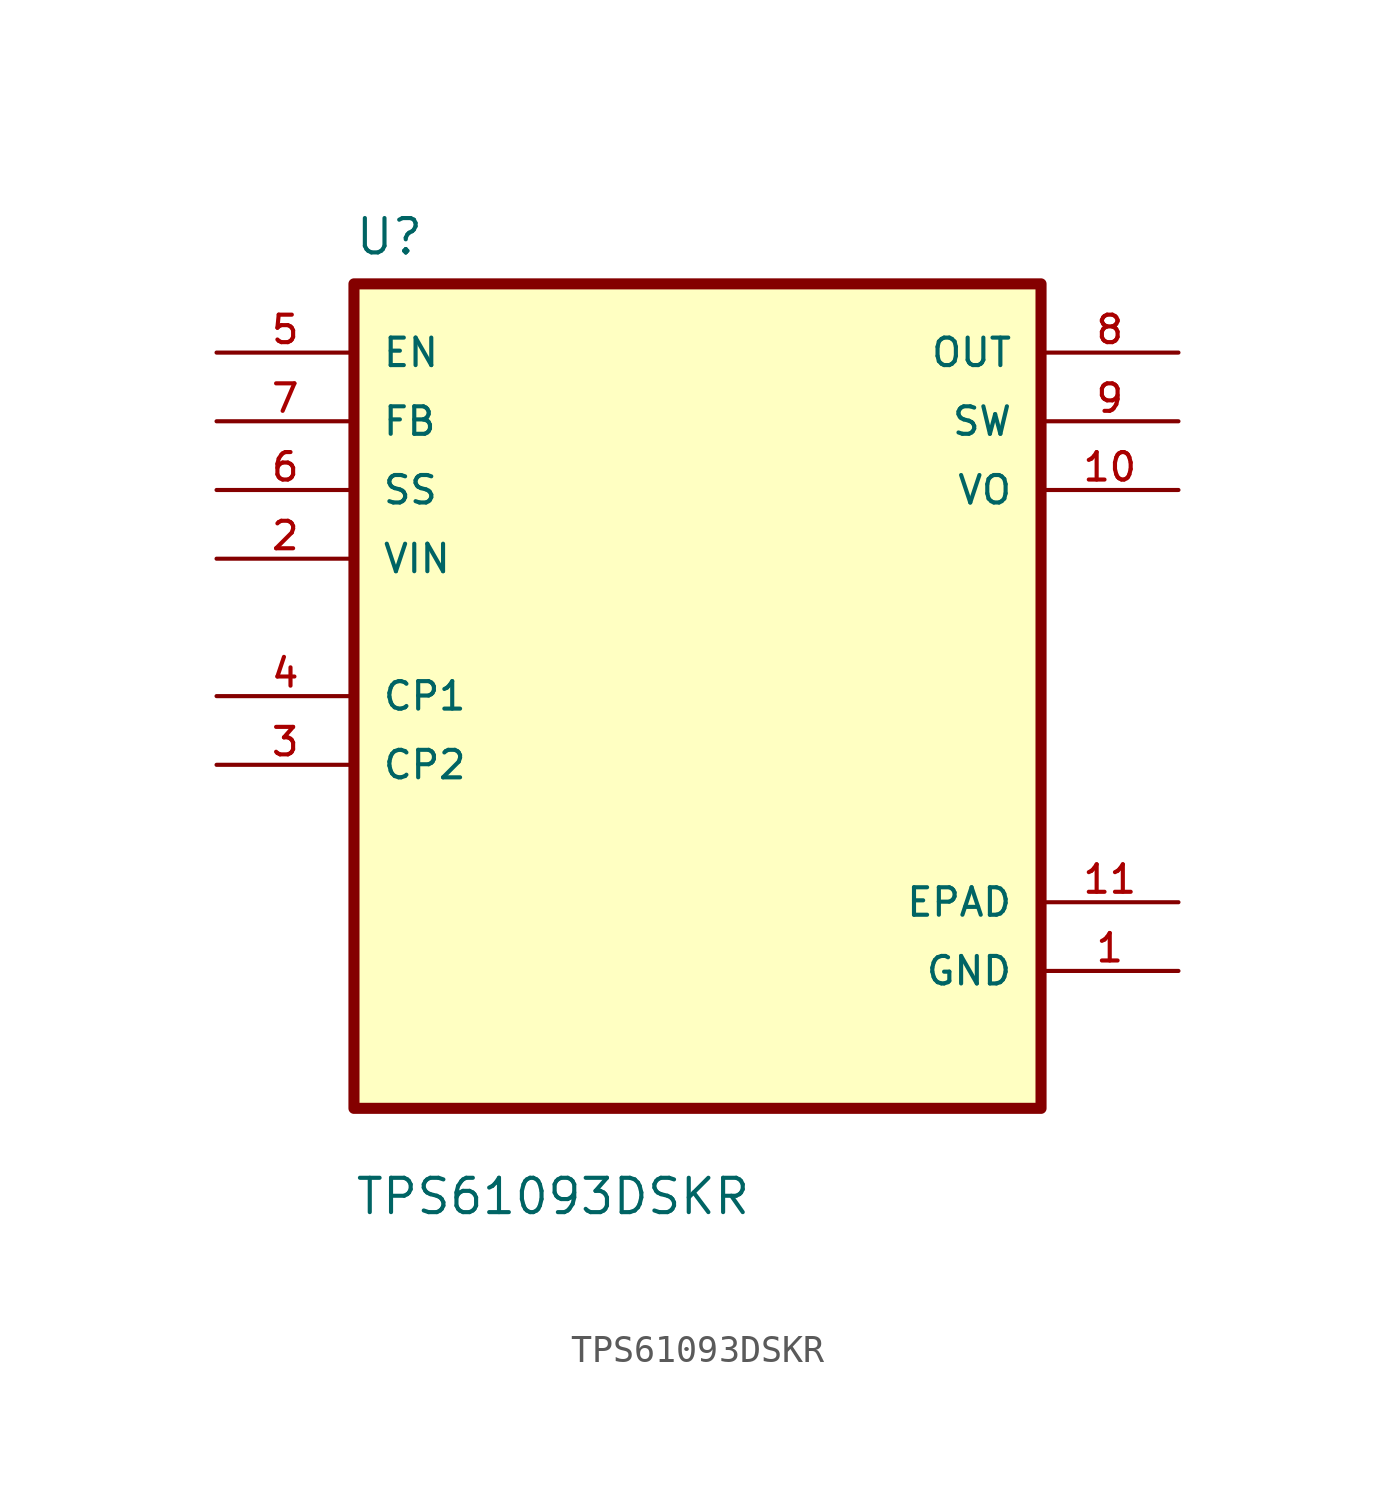
<source format=kicad_sym>
(kicad_symbol_lib
  (version 20211014)
  (generator kicad_symbol_editor)
  (symbol "TPS61093DSKR"
    (pin_names
      (offset 1.016))
    (property "Reference" "U"
      (at -12.7 16.24 0.0)
      (effects (font (size 1.27 1.27)) (justify bottom left)))
    (property "Value" "TPS61093DSKR"
      (at -12.7 -19.24 0.0)
      (effects (font (size 1.27 1.27)) (justify bottom left)))
    (symbol "TPS61093DSKR_0_0"
      (rectangle (start -12.7 -15.24) (end 12.7 15.24) (stroke (width 0.41)) (fill (type background)))
      (pin input line (at -17.78 12.7 0) (length 5.08) (name "EN" (effects (font (size 1.016 1.016)))) (number "5" (effects (font (size 1.016 1.016)))))
      (pin input line (at -17.78 10.16 0) (length 5.08) (name "FB" (effects (font (size 1.016 1.016)))) (number "7" (effects (font (size 1.016 1.016)))))
      (pin input line (at -17.78 7.62 0) (length 5.08) (name "SS" (effects (font (size 1.016 1.016)))) (number "6" (effects (font (size 1.016 1.016)))))
      (pin input line (at -17.78 5.08 0) (length 5.08) (name "VIN" (effects (font (size 1.016 1.016)))) (number "2" (effects (font (size 1.016 1.016)))))
      (pin bidirectional line (at -17.78 0.0 0) (length 5.08) (name "CP1" (effects (font (size 1.016 1.016)))) (number "4" (effects (font (size 1.016 1.016)))))
      (pin bidirectional line (at -17.78 -2.54 0) (length 5.08) (name "CP2" (effects (font (size 1.016 1.016)))) (number "3" (effects (font (size 1.016 1.016)))))
      (pin output line (at 17.78 12.7 180.0) (length 5.08) (name "OUT" (effects (font (size 1.016 1.016)))) (number "8" (effects (font (size 1.016 1.016)))))
      (pin output line (at 17.78 10.16 180.0) (length 5.08) (name "SW" (effects (font (size 1.016 1.016)))) (number "9" (effects (font (size 1.016 1.016)))))
      (pin output line (at 17.78 7.62 180.0) (length 5.08) (name "VO" (effects (font (size 1.016 1.016)))) (number "10" (effects (font (size 1.016 1.016)))))
      (pin power_in line (at 17.78 -7.62 180.0) (length 5.08) (name "EPAD" (effects (font (size 1.016 1.016)))) (number "11" (effects (font (size 1.016 1.016)))))
      (pin power_in line (at 17.78 -10.16 180.0) (length 5.08) (name "GND" (effects (font (size 1.016 1.016)))) (number "1" (effects (font (size 1.016 1.016))))))))
</source>
